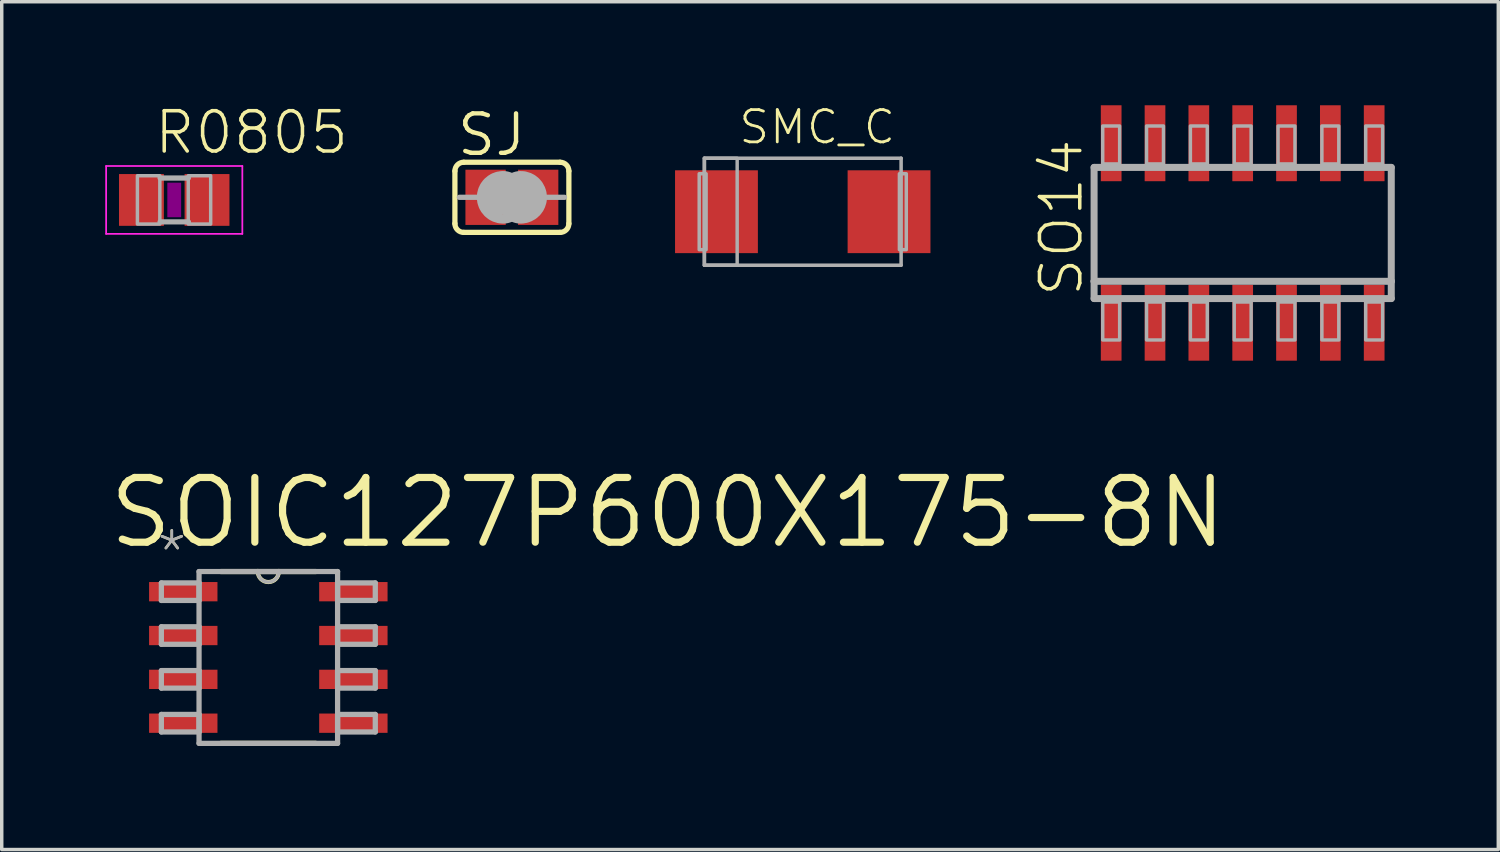
<source format=kicad_pcb>
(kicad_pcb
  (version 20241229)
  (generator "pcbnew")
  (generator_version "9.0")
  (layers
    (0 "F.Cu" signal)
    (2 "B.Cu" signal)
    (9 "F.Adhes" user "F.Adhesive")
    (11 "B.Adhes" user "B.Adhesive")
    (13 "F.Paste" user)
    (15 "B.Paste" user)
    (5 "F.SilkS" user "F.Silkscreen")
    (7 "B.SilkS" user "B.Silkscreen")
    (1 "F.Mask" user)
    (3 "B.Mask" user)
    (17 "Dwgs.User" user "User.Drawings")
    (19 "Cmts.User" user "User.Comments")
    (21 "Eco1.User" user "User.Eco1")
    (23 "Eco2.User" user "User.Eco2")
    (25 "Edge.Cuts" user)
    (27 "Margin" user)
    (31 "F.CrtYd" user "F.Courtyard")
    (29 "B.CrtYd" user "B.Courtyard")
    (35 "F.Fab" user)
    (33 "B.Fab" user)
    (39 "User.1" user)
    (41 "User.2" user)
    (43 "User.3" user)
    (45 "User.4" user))
  (footprint "SOIC127P600X175-8N"
    (layer "F.Cu")
    (at 4.724 15.998)
    (property "Reference" "SOIC127P600X175-8N" (at -4.724 -3.099 0) (layer "F.SilkS") (effects (font (size 1.875 1.875) (thickness 0.208)) (justify left bottom)))
    (fp_line (start -1.372 2.489) (end 1.372 2.489) (stroke (width 0.152) (type solid)) (layer "F.SilkS"))
    (fp_line (start -0.305 -2.489) (end -1.372 -2.489) (stroke (width 0.152) (type solid)) (layer "F.SilkS"))
    (fp_line (start 0.305 -2.489) (end -0.305 -2.489) (stroke (width 0.152) (type solid)) (layer "F.SilkS"))
    (fp_line (start 1.372 -2.489) (end 0.305 -2.489) (stroke (width 0.152) (type solid)) (layer "F.SilkS"))
    (fp_arc (start 0.3048 -2.4892) (mid 0 -2.1844) (end -0.3048 -2.4892) (stroke (width 0.12) (type solid)) (layer "F.SilkS"))
    (fp_line (start -3.099 -2.159) (end -3.099 -1.651) (stroke (width 0.152) (type solid)) (layer "F.Fab"))
    (fp_line (start -3.099 -1.651) (end -2.007 -1.651) (stroke (width 0.152) (type solid)) (layer "F.Fab"))
    (fp_line (start -3.099 -0.889) (end -3.099 -0.381) (stroke (width 0.152) (type solid)) (layer "F.Fab"))
    (fp_line (start -3.099 -0.381) (end -2.007 -0.381) (stroke (width 0.152) (type solid)) (layer "F.Fab"))
    (fp_line (start -3.099 0.381) (end -3.099 0.889) (stroke (width 0.152) (type solid)) (layer "F.Fab"))
    (fp_line (start -3.099 0.889) (end -2.007 0.889) (stroke (width 0.152) (type solid)) (layer "F.Fab"))
    (fp_line (start -3.099 1.651) (end -3.099 2.159) (stroke (width 0.152) (type solid)) (layer "F.Fab"))
    (fp_line (start -3.099 2.159) (end -2.007 2.159) (stroke (width 0.152) (type solid)) (layer "F.Fab"))
    (fp_line (start -2.007 -2.489) (end -2.007 2.489) (stroke (width 0.152) (type solid)) (layer "F.Fab"))
    (fp_line (start -2.007 -2.159) (end -3.099 -2.159) (stroke (width 0.152) (type solid)) (layer "F.Fab"))
    (fp_line (start -2.007 -1.651) (end -2.007 -2.159) (stroke (width 0.152) (type solid)) (layer "F.Fab"))
    (fp_line (start -2.007 -0.889) (end -3.099 -0.889) (stroke (width 0.152) (type solid)) (layer "F.Fab"))
    (fp_line (start -2.007 -0.381) (end -2.007 -0.889) (stroke (width 0.152) (type solid)) (layer "F.Fab"))
    (fp_line (start -2.007 0.381) (end -3.099 0.381) (stroke (width 0.152) (type solid)) (layer "F.Fab"))
    (fp_line (start -2.007 0.889) (end -2.007 0.381) (stroke (width 0.152) (type solid)) (layer "F.Fab"))
    (fp_line (start -2.007 1.651) (end -3.099 1.651) (stroke (width 0.152) (type solid)) (layer "F.Fab"))
    (fp_line (start -2.007 2.159) (end -2.007 1.651) (stroke (width 0.152) (type solid)) (layer "F.Fab"))
    (fp_line (start -2.007 2.489) (end 2.007 2.489) (stroke (width 0.152) (type solid)) (layer "F.Fab"))
    (fp_line (start -0.305 -2.489) (end -2.007 -2.489) (stroke (width 0.152) (type solid)) (layer "F.Fab"))
    (fp_line (start 0.305 -2.489) (end -0.305 -2.489) (stroke (width 0.152) (type solid)) (layer "F.Fab"))
    (fp_line (start 2.007 -2.489) (end 0.305 -2.489) (stroke (width 0.152) (type solid)) (layer "F.Fab"))
    (fp_line (start 2.007 -2.159) (end 2.007 -1.651) (stroke (width 0.152) (type solid)) (layer "F.Fab"))
    (fp_line (start 2.007 -1.651) (end 3.099 -1.651) (stroke (width 0.152) (type solid)) (layer "F.Fab"))
    (fp_line (start 2.007 -0.889) (end 2.007 -0.381) (stroke (width 0.152) (type solid)) (layer "F.Fab"))
    (fp_line (start 2.007 -0.381) (end 3.099 -0.381) (stroke (width 0.152) (type solid)) (layer "F.Fab"))
    (fp_line (start 2.007 0.381) (end 2.007 0.889) (stroke (width 0.152) (type solid)) (layer "F.Fab"))
    (fp_line (start 2.007 0.889) (end 3.099 0.889) (stroke (width 0.152) (type solid)) (layer "F.Fab"))
    (fp_line (start 2.007 1.651) (end 2.007 2.159) (stroke (width 0.152) (type solid)) (layer "F.Fab"))
    (fp_line (start 2.007 2.159) (end 3.099 2.159) (stroke (width 0.152) (type solid)) (layer "F.Fab"))
    (fp_line (start 2.007 2.489) (end 2.007 -2.489) (stroke (width 0.152) (type solid)) (layer "F.Fab"))
    (fp_line (start 3.099 -2.159) (end 2.007 -2.159) (stroke (width 0.152) (type solid)) (layer "F.Fab"))
    (fp_line (start 3.099 -1.651) (end 3.099 -2.159) (stroke (width 0.152) (type solid)) (layer "F.Fab"))
    (fp_line (start 3.099 -0.889) (end 2.007 -0.889) (stroke (width 0.152) (type solid)) (layer "F.Fab"))
    (fp_line (start 3.099 -0.381) (end 3.099 -0.889) (stroke (width 0.152) (type solid)) (layer "F.Fab"))
    (fp_line (start 3.099 0.381) (end 2.007 0.381) (stroke (width 0.152) (type solid)) (layer "F.Fab"))
    (fp_line (start 3.099 0.889) (end 3.099 0.381) (stroke (width 0.152) (type solid)) (layer "F.Fab"))
    (fp_line (start 3.099 1.651) (end 2.007 1.651) (stroke (width 0.152) (type solid)) (layer "F.Fab"))
    (fp_line (start 3.099 2.159) (end 3.099 1.651) (stroke (width 0.152) (type solid)) (layer "F.Fab"))
    (fp_arc (start 0.3048 -2.4892) (mid 0 -2.1844) (end -0.3048 -2.4892) (stroke (width 0.1) (type solid)) (layer "F.Fab"))
    (fp_text user "*" (at -3.302 -2.337 0) (layer "F.SilkS") (effects (font (size 1.194 1.194) (thickness 0.076)) (justify left bottom)))
    (fp_text user "*" (at -3.302 -2.337 0) (layer "F.Fab") (effects (font (size 1.194 1.194) (thickness 0.076)) (justify left bottom)))
    (pad "1" smd rect (at -2.464 -1.905) (size 1.981 0.559) (layers "F.Cu" "F.Mask" "F.Paste"))
    (pad "2" smd rect (at -2.464 -0.635) (size 1.981 0.559) (layers "F.Cu" "F.Mask" "F.Paste"))
    (pad "3" smd rect (at -2.464 0.635) (size 1.981 0.559) (layers "F.Cu" "F.Mask" "F.Paste"))
    (pad "4" smd rect (at -2.464 1.905) (size 1.981 0.559) (layers "F.Cu" "F.Mask" "F.Paste"))
    (pad "5" smd rect (at 2.464 1.905) (size 1.981 0.559) (layers "F.Cu" "F.Mask" "F.Paste"))
    (pad "6" smd rect (at 2.464 0.635) (size 1.981 0.559) (layers "F.Cu" "F.Mask" "F.Paste"))
    (pad "7" smd rect (at 2.464 -0.635) (size 1.981 0.559) (layers "F.Cu" "F.Mask" "F.Paste"))
    (pad "8" smd rect (at 2.464 -1.905) (size 1.981 0.559) (layers "F.Cu" "F.Mask" "F.Paste")))
  (footprint "SO14"
    (layer "F.Cu")
    (at 32.954 3.7)
    (property "Reference" "SO14" (at -4.572 1.905 90) (layer "F.SilkS") (effects (font (size 1.168 1.168) (thickness 0.102)) (justify left bottom)))
    (fp_line (start -4.305 -1.9) (end 4.305 -1.9) (stroke (width 0.203) (type solid)) (layer "F.Fab"))
    (fp_line (start -4.305 1.4) (end -4.305 -1.9) (stroke (width 0.203) (type solid)) (layer "F.Fab"))
    (fp_line (start -4.305 1.9) (end -4.305 1.4) (stroke (width 0.203) (type solid)) (layer "F.Fab"))
    (fp_line (start 4.305 -1.9) (end 4.305 1.4) (stroke (width 0.203) (type solid)) (layer "F.Fab"))
    (fp_line (start 4.305 1.4) (end -4.305 1.4) (stroke (width 0.203) (type solid)) (layer "F.Fab"))
    (fp_line (start 4.305 1.4) (end 4.305 1.9) (stroke (width 0.203) (type solid)) (layer "F.Fab"))
    (fp_line (start 4.305 1.9) (end -4.305 1.9) (stroke (width 0.203) (type solid)) (layer "F.Fab"))
    (fp_poly (pts (xy -4.055 -2) (xy -3.565 -2) (xy -3.565 -3.1) (xy -4.055 -3.1)) (stroke (width 0.1) (type solid)) (fill no) (layer "F.Fab"))
    (fp_poly (pts (xy -4.055 3.1) (xy -3.565 3.1) (xy -3.565 2) (xy -4.055 2)) (stroke (width 0.1) (type solid)) (fill no) (layer "F.Fab"))
    (fp_poly (pts (xy -2.785 -2) (xy -2.295 -2) (xy -2.295 -3.1) (xy -2.785 -3.1)) (stroke (width 0.1) (type solid)) (fill no) (layer "F.Fab"))
    (fp_poly (pts (xy -2.785 3.1) (xy -2.295 3.1) (xy -2.295 2) (xy -2.785 2)) (stroke (width 0.1) (type solid)) (fill no) (layer "F.Fab"))
    (fp_poly (pts (xy -1.515 -2) (xy -1.025 -2) (xy -1.025 -3.1) (xy -1.515 -3.1)) (stroke (width 0.1) (type solid)) (fill no) (layer "F.Fab"))
    (fp_poly (pts (xy -1.515 3.1) (xy -1.025 3.1) (xy -1.025 2) (xy -1.515 2)) (stroke (width 0.1) (type solid)) (fill no) (layer "F.Fab"))
    (fp_poly (pts (xy -0.245 -2) (xy 0.245 -2) (xy 0.245 -3.1) (xy -0.245 -3.1)) (stroke (width 0.1) (type solid)) (fill no) (layer "F.Fab"))
    (fp_poly (pts (xy -0.245 3.1) (xy 0.245 3.1) (xy 0.245 2) (xy -0.245 2)) (stroke (width 0.1) (type solid)) (fill no) (layer "F.Fab"))
    (fp_poly (pts (xy 1.025 -2) (xy 1.515 -2) (xy 1.515 -3.1) (xy 1.025 -3.1)) (stroke (width 0.1) (type solid)) (fill no) (layer "F.Fab"))
    (fp_poly (pts (xy 1.025 3.1) (xy 1.515 3.1) (xy 1.515 2) (xy 1.025 2)) (stroke (width 0.1) (type solid)) (fill no) (layer "F.Fab"))
    (fp_poly (pts (xy 2.295 -2) (xy 2.785 -2) (xy 2.785 -3.1) (xy 2.295 -3.1)) (stroke (width 0.1) (type solid)) (fill no) (layer "F.Fab"))
    (fp_poly (pts (xy 2.295 3.1) (xy 2.785 3.1) (xy 2.785 2) (xy 2.295 2)) (stroke (width 0.1) (type solid)) (fill no) (layer "F.Fab"))
    (fp_poly (pts (xy 3.565 -2) (xy 4.055 -2) (xy 4.055 -3.1) (xy 3.565 -3.1)) (stroke (width 0.1) (type solid)) (fill no) (layer "F.Fab"))
    (fp_poly (pts (xy 3.565 3.1) (xy 4.055 3.1) (xy 4.055 2) (xy 3.565 2)) (stroke (width 0.1) (type solid)) (fill no) (layer "F.Fab"))
    (pad "1" smd rect (at -3.81 2.6) (size 0.6 2.2) (layers "F.Cu" "F.Mask" "F.Paste"))
    (pad "2" smd rect (at -2.54 2.6) (size 0.6 2.2) (layers "F.Cu" "F.Mask" "F.Paste"))
    (pad "3" smd rect (at -1.27 2.6) (size 0.6 2.2) (layers "F.Cu" "F.Mask" "F.Paste"))
    (pad "4" smd rect (at 0 2.6) (size 0.6 2.2) (layers "F.Cu" "F.Mask" "F.Paste"))
    (pad "5" smd rect (at 1.27 2.6) (size 0.6 2.2) (layers "F.Cu" "F.Mask" "F.Paste"))
    (pad "6" smd rect (at 2.54 2.6) (size 0.6 2.2) (layers "F.Cu" "F.Mask" "F.Paste"))
    (pad "7" smd rect (at 3.81 2.6) (size 0.6 2.2) (layers "F.Cu" "F.Mask" "F.Paste"))
    (pad "8" smd rect (at 3.81 -2.6) (size 0.6 2.2) (layers "F.Cu" "F.Mask" "F.Paste"))
    (pad "9" smd rect (at 2.54 -2.6) (size 0.6 2.2) (layers "F.Cu" "F.Mask" "F.Paste"))
    (pad "10" smd rect (at 1.27 -2.6) (size 0.6 2.2) (layers "F.Cu" "F.Mask" "F.Paste"))
    (pad "11" smd rect (at 0 -2.6) (size 0.6 2.2) (layers "F.Cu" "F.Mask" "F.Paste"))
    (pad "12" smd rect (at -1.27 -2.6) (size 0.6 2.2) (layers "F.Cu" "F.Mask" "F.Paste"))
    (pad "13" smd rect (at -2.54 -2.6) (size 0.6 2.2) (layers "F.Cu" "F.Mask" "F.Paste"))
    (pad "14" smd rect (at -3.81 -2.6) (size 0.6 2.2) (layers "F.Cu" "F.Mask" "F.Paste")))
  (footprint "SJ"
    (layer "F.Cu")
    (at 11.781 2.667)
    (property "Reference" "SJ" (at -1.651 -1.143 0) (layer "F.SilkS") (effects (font (size 1.143 1.143) (thickness 0.127)) (justify left bottom)))
    (fp_poly (pts (xy -0.076 0.914) (xy 0.076 0.914) (xy 0.076 -0.914) (xy -0.076 -0.914)) (stroke (width 0) (type solid)) (fill yes) (layer "F.Mask"))
    (fp_line (start -1.651 0.762) (end -1.651 -0.762) (stroke (width 0.152) (type solid)) (layer "F.SilkS"))
    (fp_line (start -1.397 -1.016) (end 1.397 -1.016) (stroke (width 0.152) (type solid)) (layer "F.SilkS"))
    (fp_line (start 1.397 1.016) (end -1.397 1.016) (stroke (width 0.152) (type solid)) (layer "F.SilkS"))
    (fp_line (start 1.651 0.762) (end 1.651 -0.762) (stroke (width 0.152) (type solid)) (layer "F.SilkS"))
    (fp_arc (start -1.651 -0.762) (mid -1.576605 -0.941605) (end -1.397 -1.016) (stroke (width 0.1524) (type solid)) (layer "F.SilkS"))
    (fp_arc (start -1.397 1.016) (mid -1.576605 0.941605) (end -1.651 0.762) (stroke (width 0.1524) (type solid)) (layer "F.SilkS"))
    (fp_arc (start 1.397 -1.016) (mid 1.576605 -0.941605) (end 1.651 -0.762) (stroke (width 0.1524) (type solid)) (layer "F.SilkS"))
    (fp_arc (start 1.651 0.762) (mid 1.576605 0.941605) (end 1.397 1.016) (stroke (width 0.1524) (type solid)) (layer "F.SilkS"))
    (fp_line (start -1.016 0) (end -1.524 0) (stroke (width 0.152) (type solid)) (layer "F.Fab"))
    (fp_line (start 1.016 0) (end 1.524 0) (stroke (width 0.152) (type solid)) (layer "F.Fab"))
    (fp_arc (start -0.254 0.127) (mid -0.381 0) (end -0.254 -0.127) (stroke (width 1.27) (type solid)) (layer "F.Fab"))
    (fp_arc (start 0.254 -0.127) (mid 0.381 0) (end 0.254 0.127) (stroke (width 1.27) (type solid)) (layer "F.Fab"))
    (pad "1" smd rect (at -0.762 0) (size 1.168 1.6) (layers "F.Cu" "F.Mask" "F.Paste"))
    (pad "2" smd rect (at 0.762 0) (size 1.168 1.6) (layers "F.Cu" "F.Mask" "F.Paste")))
  (footprint "SMC_C"
    (layer "F.Cu")
    (at 20.208 3.084)
    (property "Reference" "SMC_C" (at -1.905 -1.905 0) (layer "F.SilkS") (effects (font (size 0.935 0.935) (thickness 0.081)) (justify left bottom)))
    (fp_line (start -2.85 -1.55) (end 2.85 -1.55) (stroke (width 0.102) (type solid)) (layer "F.Fab"))
    (fp_line (start -2.85 1.55) (end -2.85 -1.55) (stroke (width 0.102) (type solid)) (layer "F.Fab"))
    (fp_line (start 2.85 -1.55) (end 2.85 1.55) (stroke (width 0.102) (type solid)) (layer "F.Fab"))
    (fp_line (start 2.85 1.55) (end -2.85 1.55) (stroke (width 0.102) (type solid)) (layer "F.Fab"))
    (fp_poly (pts (xy -3 1.1) (xy -2.8 1.1) (xy -2.8 -1.1) (xy -3 -1.1)) (stroke (width 0.1) (type solid)) (fill no) (layer "F.Fab"))
    (fp_poly (pts (xy -2.85 1.55) (xy -1.9 1.55) (xy -1.9 -1.55) (xy -2.85 -1.55)) (stroke (width 0.1) (type solid)) (fill no) (layer "F.Fab"))
    (fp_poly (pts (xy 3 -1.1) (xy 2.8 -1.1) (xy 2.8 1.1) (xy 3 1.1)) (stroke (width 0.1) (type solid)) (fill no) (layer "F.Fab"))
    (pad "+" smd rect (at -2.5 0) (size 2.4 2.4) (layers "F.Cu" "F.Mask" "F.Paste"))
    (pad "-" smd rect (at 2.5 0 180) (size 2.4 2.4) (layers "F.Cu" "F.Mask" "F.Paste")))
  (footprint "R0805"
    (layer "F.Cu")
    (at 1.998 2.743)
    (property "Reference" "R0805" (at -0.635 -1.27 0) (layer "F.SilkS") (effects (font (size 1.168 1.168) (thickness 0.102)) (justify left bottom)))
    (fp_poly (pts (xy -0.2 0.5) (xy 0.2 0.5) (xy 0.2 -0.5) (xy -0.2 -0.5)) (stroke (width 0) (type solid)) (fill yes) (layer "F.Adhes"))
    (fp_line (start -1.973 -0.983) (end 1.973 -0.983) (stroke (width 0.051) (type solid)) (layer "F.CrtYd"))
    (fp_line (start -1.973 0.983) (end -1.973 -0.983) (stroke (width 0.051) (type solid)) (layer "F.CrtYd"))
    (fp_line (start 1.973 -0.983) (end 1.973 0.983) (stroke (width 0.051) (type solid)) (layer "F.CrtYd"))
    (fp_line (start 1.973 0.983) (end -1.973 0.983) (stroke (width 0.051) (type solid)) (layer "F.CrtYd"))
    (fp_line (start -0.41 -0.635) (end 0.41 -0.635) (stroke (width 0.152) (type solid)) (layer "F.Fab"))
    (fp_line (start -0.41 0.635) (end 0.41 0.635) (stroke (width 0.152) (type solid)) (layer "F.Fab"))
    (fp_poly (pts (xy -1.067 0.699) (xy -0.417 0.699) (xy -0.417 -0.702) (xy -1.067 -0.702)) (stroke (width 0.1) (type solid)) (fill no) (layer "F.Fab"))
    (fp_poly (pts (xy 0.406 0.699) (xy 1.056 0.699) (xy 1.056 -0.702) (xy 0.406 -0.702)) (stroke (width 0.1) (type solid)) (fill no) (layer "F.Fab"))
    (pad "1" smd rect (at -0.95 0) (size 1.3 1.5) (layers "F.Cu" "F.Mask" "F.Paste"))
    (pad "2" smd rect (at 0.95 0) (size 1.3 1.5) (layers "F.Cu" "F.Mask" "F.Paste")))
  (gr_rect
    (start -3 -3)
    (end 40.36 21.564)
    (stroke (width 0.1) (type default))
    (fill no)
    (layer "Edge.Cuts")))
</source>
